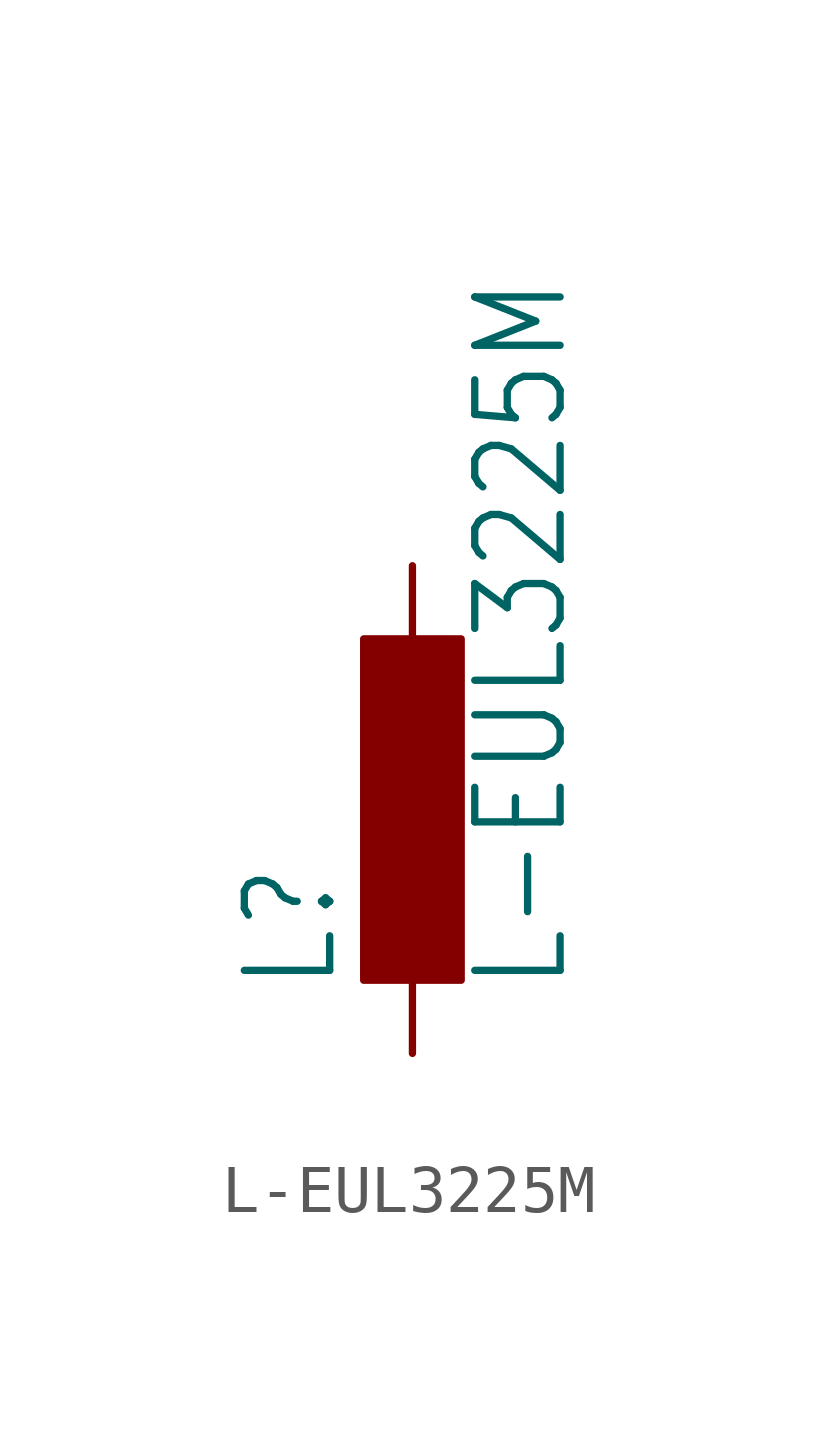
<source format=kicad_sym>
(kicad_symbol_lib
  (version 20211014)
  (generator kicad_symbol_editor)
  (symbol "L-EUL3225M"
    (property "Reference" "L"
      (at -1.499 -3.81 90)
      (effects (font (size 1.778 1.511)) (justify left bottom)))
    (property "Value" "L-EUL3225M"
      (at 3.302 -3.81 90)
      (effects (font (size 1.778 1.511)) (justify left bottom)))
    (property "ki_locked" ""
      (at 0 0 0)
      (effects (font (size 1.27 1.27))))
    (symbol "L-EUL3225M_1_0"
      (rectangle (start -1.016 -3.556) (end 1.016 3.556) (stroke (width 0) (type default) (color 0 0 0 0)) (fill (type outline)))
      (pin passive line (at 0 5.08 270) (length 2.54) (name "1" (effects (font (size 0 0)))) (number "1" (effects (font (size 0 0)))))
      (pin passive line (at 0 -5.08 90) (length 2.54) (name "2" (effects (font (size 0 0)))) (number "2" (effects (font (size 0 0))))))))
</source>
